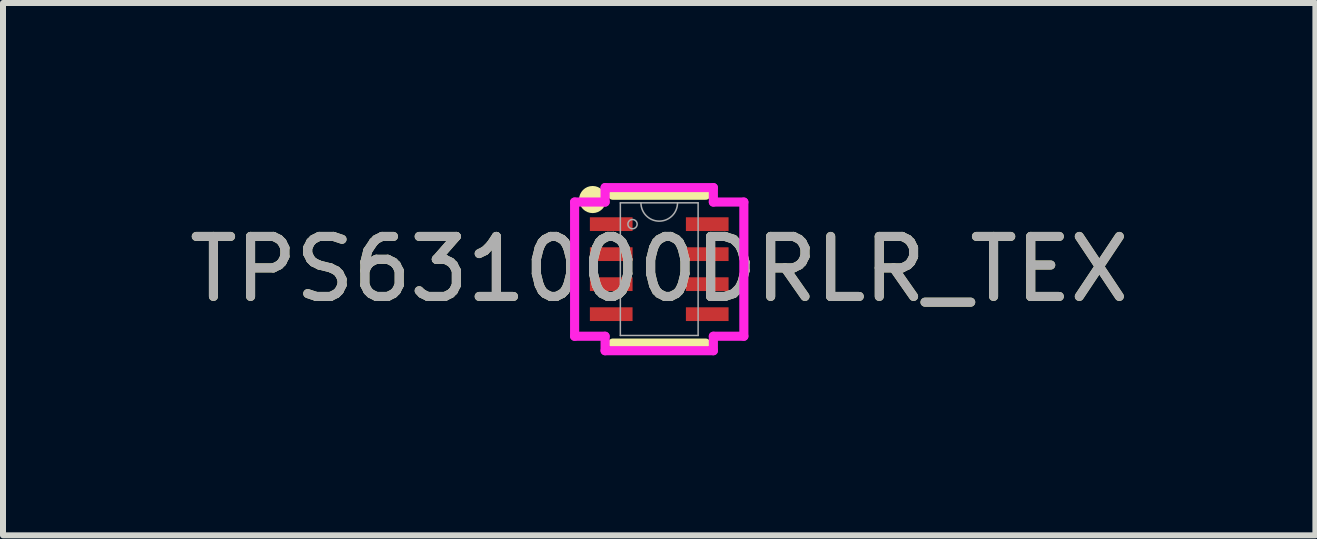
<source format=kicad_pcb>
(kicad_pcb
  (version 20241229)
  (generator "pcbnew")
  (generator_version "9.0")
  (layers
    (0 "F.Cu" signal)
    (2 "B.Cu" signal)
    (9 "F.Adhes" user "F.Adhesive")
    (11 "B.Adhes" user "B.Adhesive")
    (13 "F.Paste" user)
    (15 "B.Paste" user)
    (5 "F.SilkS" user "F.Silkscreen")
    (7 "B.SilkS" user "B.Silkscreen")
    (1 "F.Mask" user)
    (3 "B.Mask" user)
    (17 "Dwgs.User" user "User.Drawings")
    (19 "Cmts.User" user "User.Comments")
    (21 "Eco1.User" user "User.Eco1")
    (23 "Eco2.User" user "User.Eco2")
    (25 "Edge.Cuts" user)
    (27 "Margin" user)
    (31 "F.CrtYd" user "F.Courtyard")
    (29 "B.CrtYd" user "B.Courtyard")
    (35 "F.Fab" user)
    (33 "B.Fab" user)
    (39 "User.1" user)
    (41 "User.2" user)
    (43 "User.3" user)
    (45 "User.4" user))
  (footprint "TPS631000DRLR_TEX"
    (layer "F.Cu")
    (at 7.935 1.435)
    (property "Reference" "TPS631000DRLR_TEX" (at 0 0 0) (unlocked yes) (layer "F.SilkS") (effects (font (size 1 1) (thickness 0.15))))
    (attr smd)
    (fp_line (start -0.775 1.232) (end 0.775 1.232) (stroke (width 0.152) (type solid)) (layer "F.SilkS"))
    (fp_line (start 0.775 -1.232) (end -0.775 -1.232) (stroke (width 0.152) (type solid)) (layer "F.SilkS"))
    (fp_circle (center -1.11 -1.16) (end -0.96 -1.16) (stroke (width 0.152) (type solid)) (fill yes) (layer "F.SilkS"))
    (fp_line (start -1.41 -1.118) (end -0.902 -1.118) (stroke (width 0.152) (type solid)) (layer "F.CrtYd"))
    (fp_line (start -1.41 1.118) (end -1.41 -1.118) (stroke (width 0.152) (type solid)) (layer "F.CrtYd"))
    (fp_line (start -1.41 1.118) (end -0.902 1.118) (stroke (width 0.152) (type solid)) (layer "F.CrtYd"))
    (fp_line (start -0.902 -1.359) (end 0.902 -1.359) (stroke (width 0.152) (type solid)) (layer "F.CrtYd"))
    (fp_line (start -0.902 -1.118) (end -0.902 -1.359) (stroke (width 0.152) (type solid)) (layer "F.CrtYd"))
    (fp_line (start -0.902 1.359) (end -0.902 1.118) (stroke (width 0.152) (type solid)) (layer "F.CrtYd"))
    (fp_line (start 0.902 -1.359) (end 0.902 -1.118) (stroke (width 0.152) (type solid)) (layer "F.CrtYd"))
    (fp_line (start 0.902 1.118) (end 0.902 1.359) (stroke (width 0.152) (type solid)) (layer "F.CrtYd"))
    (fp_line (start 0.902 1.359) (end -0.902 1.359) (stroke (width 0.152) (type solid)) (layer "F.CrtYd"))
    (fp_line (start 1.41 -1.118) (end 0.902 -1.118) (stroke (width 0.152) (type solid)) (layer "F.CrtYd"))
    (fp_line (start 1.41 -1.118) (end 1.41 1.118) (stroke (width 0.152) (type solid)) (layer "F.CrtYd"))
    (fp_line (start 1.41 1.118) (end 0.902 1.118) (stroke (width 0.152) (type solid)) (layer "F.CrtYd"))
    (fp_line (start -0.648 -1.105) (end -0.648 1.105) (stroke (width 0.025) (type solid)) (layer "F.Fab"))
    (fp_line (start -0.648 1.105) (end 0.648 1.105) (stroke (width 0.025) (type solid)) (layer "F.Fab"))
    (fp_line (start 0.648 -1.105) (end -0.648 -1.105) (stroke (width 0.025) (type solid)) (layer "F.Fab"))
    (fp_line (start 0.648 1.105) (end 0.648 -1.105) (stroke (width 0.025) (type solid)) (layer "F.Fab"))
    (fp_arc (start 0.3048 -1.1049) (mid 0 -0.8001) (end -0.3048 -1.1049) (stroke (width 0.0254) (type solid)) (layer "F.Fab"))
    (fp_circle (center -0.445 -0.75) (end -0.368 -0.75) (stroke (width 0.025) (type solid)) (fill no) (layer "F.Fab"))
    (fp_text user "${REFERENCE}" (at 0 0 0) (unlocked yes) (layer "F.Fab") (effects (font (size 1 1) (thickness 0.15))))
    (pad "1" smd rect (at -0.8 -0.75) (size 0.711 0.229) (layers "F.Cu" "F.Mask" "F.Paste"))
    (pad "2" smd rect (at -0.8 -0.25) (size 0.711 0.229) (layers "F.Cu" "F.Mask" "F.Paste"))
    (pad "3" smd rect (at -0.8 0.25) (size 0.711 0.229) (layers "F.Cu" "F.Mask" "F.Paste"))
    (pad "4" smd rect (at -0.8 0.75) (size 0.711 0.229) (layers "F.Cu" "F.Mask" "F.Paste"))
    (pad "5" smd rect (at 0.8 0.75) (size 0.711 0.229) (layers "F.Cu" "F.Mask" "F.Paste"))
    (pad "6" smd rect (at 0.8 0.25) (size 0.711 0.229) (layers "F.Cu" "F.Mask" "F.Paste"))
    (pad "7" smd rect (at 0.8 -0.25) (size 0.711 0.229) (layers "F.Cu" "F.Mask" "F.Paste"))
    (pad "8" smd rect (at 0.8 -0.75) (size 0.711 0.229) (layers "F.Cu" "F.Mask" "F.Paste")))
  (gr_rect
    (start -3 -3)
    (end 18.869 5.87)
    (stroke (width 0.1) (type default))
    (fill no)
    (layer "Edge.Cuts")))
</source>
